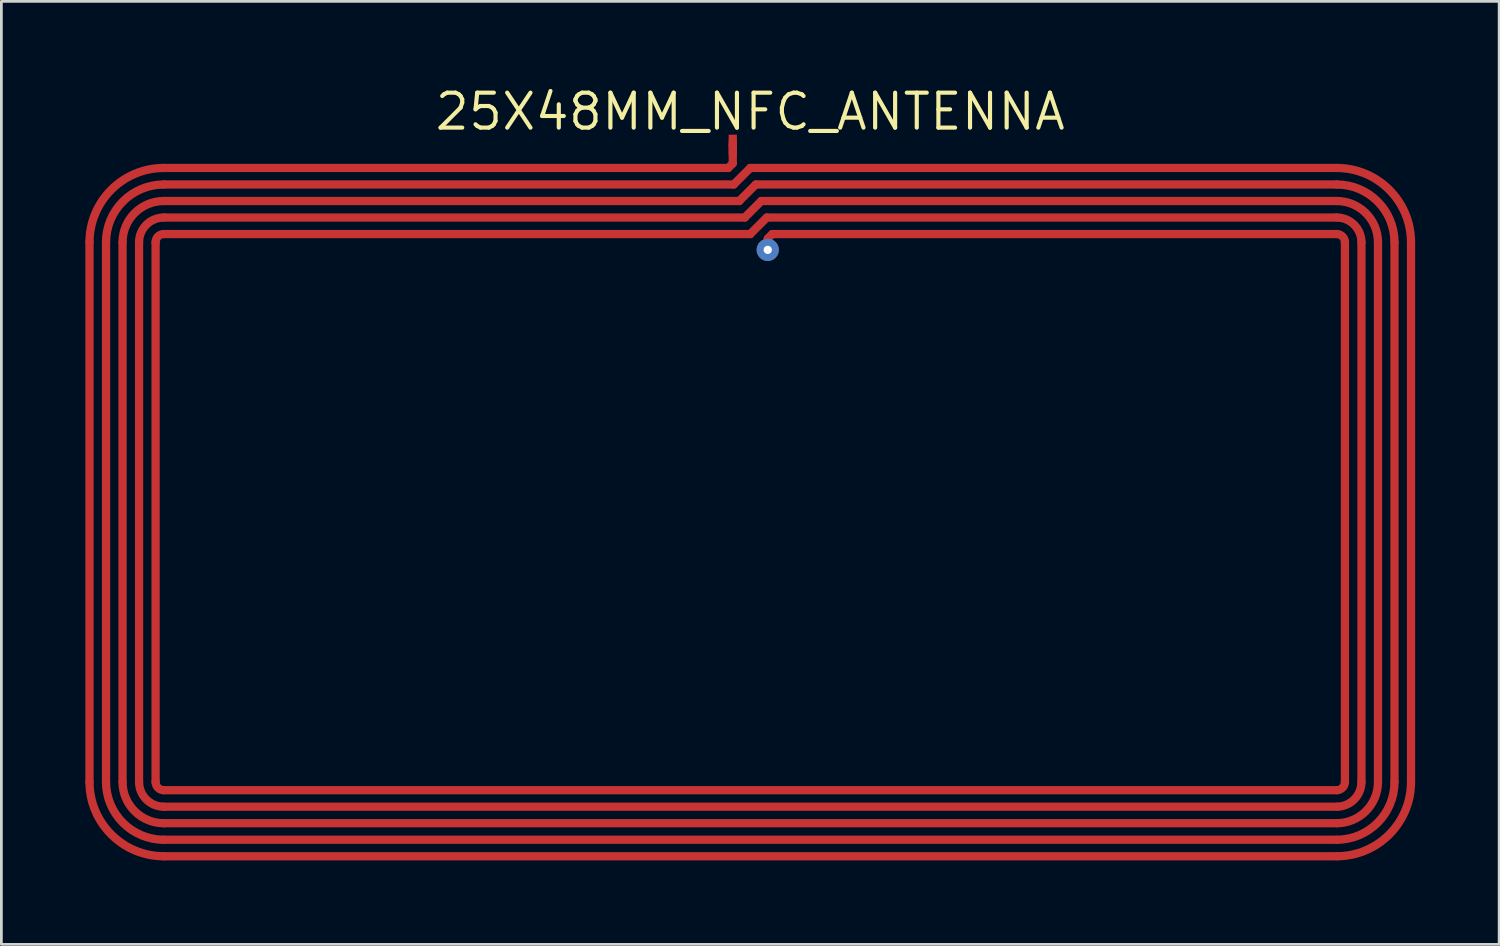
<source format=kicad_pcb>
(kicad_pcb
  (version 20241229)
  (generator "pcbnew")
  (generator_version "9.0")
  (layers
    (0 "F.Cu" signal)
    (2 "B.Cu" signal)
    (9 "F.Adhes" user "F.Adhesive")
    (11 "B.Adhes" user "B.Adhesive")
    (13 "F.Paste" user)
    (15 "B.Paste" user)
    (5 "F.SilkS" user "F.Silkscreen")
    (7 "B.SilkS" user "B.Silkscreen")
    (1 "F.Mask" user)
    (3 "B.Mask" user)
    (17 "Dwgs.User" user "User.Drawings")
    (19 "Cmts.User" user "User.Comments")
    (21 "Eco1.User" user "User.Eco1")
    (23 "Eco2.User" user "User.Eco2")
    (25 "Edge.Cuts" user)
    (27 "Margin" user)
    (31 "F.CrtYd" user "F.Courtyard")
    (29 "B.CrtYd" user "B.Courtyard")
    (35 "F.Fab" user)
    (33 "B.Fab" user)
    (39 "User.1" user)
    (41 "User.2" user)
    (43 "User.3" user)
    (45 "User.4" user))
  (footprint "25X48MM_NFC_ANTENNA"
    (layer "F.Cu")
    (at 24.201 15.551)
    (property "Reference" "25X48MM_NFC_ANTENNA" (at 0 -14.545 0) (layer "F.SilkS") (effects (font (size 1.27 1.27) (thickness 0.15))))
    (fp_line (start -24 -9.8) (end -24 9.8) (stroke (width 0.3) (type default)) (layer "F.Cu"))
    (fp_line (start -23.4 -9.8) (end -23.4 9.8) (stroke (width 0.3) (type default)) (layer "F.Cu"))
    (fp_line (start -22.8 -9.8) (end -22.8 9.8) (stroke (width 0.3) (type default)) (layer "F.Cu"))
    (fp_line (start -22.2 -9.8) (end -22.2 9.8) (stroke (width 0.3) (type default)) (layer "F.Cu"))
    (fp_line (start -21.6 -9.8) (end -21.6 9.8) (stroke (width 0.3) (type default)) (layer "F.Cu"))
    (fp_line (start -21.3 -11.9) (end -0.6 -11.9) (stroke (width 0.3) (type default)) (layer "F.Cu"))
    (fp_line (start -21.3 -11.3) (end -0.4 -11.3) (stroke (width 0.3) (type default)) (layer "F.Cu"))
    (fp_line (start -21.3 -10.7) (end -0.2 -10.7) (stroke (width 0.3) (type default)) (layer "F.Cu"))
    (fp_line (start -21.3 -10.1) (end 0 -10.1) (stroke (width 0.3) (type default)) (layer "F.Cu"))
    (fp_line (start -21.3 10.1) (end 21.3 10.1) (stroke (width 0.3) (type default)) (layer "F.Cu"))
    (fp_line (start -21.3 10.7) (end 21.3 10.7) (stroke (width 0.3) (type default)) (layer "F.Cu"))
    (fp_line (start -21.3 11.3) (end 21.3 11.3) (stroke (width 0.3) (type default)) (layer "F.Cu"))
    (fp_line (start -21.3 11.9) (end 21.3 11.9) (stroke (width 0.3) (type default)) (layer "F.Cu"))
    (fp_line (start -21.3 12.5) (end 21.3 12.5) (stroke (width 0.3) (type default)) (layer "F.Cu"))
    (fp_line (start -0.8 -12.5) (end -21.3 -12.5) (stroke (width 0.3) (type default)) (layer "F.Cu"))
    (fp_line (start -0.635 -13.462) (end -0.635 -13.335) (stroke (width 0.3) (type default)) (layer "F.Cu"))
    (fp_line (start -0.635 -13.335) (end -0.635 -12.665) (stroke (width 0.3) (type default)) (layer "F.Cu"))
    (fp_line (start -0.635 -12.665) (end -0.8 -12.5) (stroke (width 0.3) (type default)) (layer "F.Cu"))
    (fp_line (start -0.6 -11.9) (end 0 -12.5) (stroke (width 0.3) (type default)) (layer "F.Cu"))
    (fp_line (start -0.4 -11.3) (end 0.2 -11.9) (stroke (width 0.3) (type default)) (layer "F.Cu"))
    (fp_line (start -0.2 -10.7) (end 0.4 -11.3) (stroke (width 0.3) (type default)) (layer "F.Cu"))
    (fp_line (start 0 -12.5) (end 21.3 -12.5) (stroke (width 0.3) (type default)) (layer "F.Cu"))
    (fp_line (start 0 -10.1) (end 0.6 -10.7) (stroke (width 0.3) (type default)) (layer "F.Cu"))
    (fp_line (start 0.2 -11.9) (end 21.3 -11.9) (stroke (width 0.3) (type default)) (layer "F.Cu"))
    (fp_line (start 0.4 -11.3) (end 21.3 -11.3) (stroke (width 0.3) (type default)) (layer "F.Cu"))
    (fp_line (start 0.6 -10.7) (end 21.3 -10.7) (stroke (width 0.3) (type default)) (layer "F.Cu"))
    (fp_line (start 0.635 -9.935) (end 0.635 -9.525) (stroke (width 0.3) (type default)) (layer "F.Cu"))
    (fp_line (start 0.8 -10.1) (end 0.635 -9.935) (stroke (width 0.3) (type default)) (layer "F.Cu"))
    (fp_line (start 21.3 -10.1) (end 0.8 -10.1) (stroke (width 0.3) (type default)) (layer "F.Cu"))
    (fp_line (start 21.6 -9.8) (end 21.6 9.8) (stroke (width 0.3) (type default)) (layer "F.Cu"))
    (fp_line (start 22.2 -9.8) (end 22.2 9.8) (stroke (width 0.3) (type default)) (layer "F.Cu"))
    (fp_line (start 22.8 -9.8) (end 22.8 9.8) (stroke (width 0.3) (type default)) (layer "F.Cu"))
    (fp_line (start 23.4 -9.8) (end 23.4 9.8) (stroke (width 0.3) (type default)) (layer "F.Cu"))
    (fp_line (start 24 -9.8) (end 24 9.8) (stroke (width 0.3) (type default)) (layer "F.Cu"))
    (fp_arc (start -24 -9.8001) (mid -23.209159 -11.709359) (end -21.2999 -12.5001) (stroke (width 0.3) (type default)) (layer "F.Cu"))
    (fp_arc (start -23.4 -9.8001) (mid -22.784789 -11.284901) (end -21.2999 -11.8999) (stroke (width 0.3) (type default)) (layer "F.Cu"))
    (fp_arc (start -22.8001 -9.8001) (mid -22.360683 -10.860796) (end -21.2999 -11.3) (stroke (width 0.3) (type default)) (layer "F.Cu"))
    (fp_arc (start -22.1999 -9.8001) (mid -21.936296 -10.436496) (end -21.2999 -10.7) (stroke (width 0.3) (type default)) (layer "F.Cu"))
    (fp_arc (start -21.5999 -9.8001) (mid -21.512032 -10.012232) (end -21.2999 -10.1001) (stroke (width 0.3) (type default)) (layer "F.Cu"))
    (fp_arc (start -21.2999 10.1001) (mid -21.512032 10.012232) (end -21.5999 9.8001) (stroke (width 0.3) (type default)) (layer "F.Cu"))
    (fp_arc (start -21.2999 10.7) (mid -21.936225 10.436425) (end -22.1999 9.8001) (stroke (width 0.3) (type default)) (layer "F.Cu"))
    (fp_arc (start -21.2999 11.3) (mid -22.360683 10.860796) (end -22.8001 9.8001) (stroke (width 0.3) (type default)) (layer "F.Cu"))
    (fp_arc (start -21.2999 11.8999) (mid -22.784789 11.284901) (end -23.4 9.8001) (stroke (width 0.3) (type default)) (layer "F.Cu"))
    (fp_arc (start -21.2999 12.5001) (mid -23.209088 11.709288) (end -24 9.8001) (stroke (width 0.3) (type default)) (layer "F.Cu"))
    (fp_arc (start 21.2999 -12.5001) (mid 23.209088 -11.709288) (end 24 -9.8001) (stroke (width 0.3) (type default)) (layer "F.Cu"))
    (fp_arc (start 21.2999 -11.8999) (mid 22.784789 -11.284901) (end 23.4 -9.8001) (stroke (width 0.3) (type default)) (layer "F.Cu"))
    (fp_arc (start 21.2999 -11.3) (mid 22.360683 -10.860796) (end 22.8001 -9.8001) (stroke (width 0.3) (type default)) (layer "F.Cu"))
    (fp_arc (start 21.2999 -10.7) (mid 21.936225 -10.436425) (end 22.1999 -9.8001) (stroke (width 0.3) (type default)) (layer "F.Cu"))
    (fp_arc (start 21.2999 -10.1001) (mid 21.512032 -10.012232) (end 21.5999 -9.8001) (stroke (width 0.3) (type default)) (layer "F.Cu"))
    (fp_arc (start 21.5999 9.8001) (mid 21.512032 10.012232) (end 21.2999 10.1001) (stroke (width 0.3) (type default)) (layer "F.Cu"))
    (fp_arc (start 22.1999 9.8001) (mid 21.936296 10.436496) (end 21.2999 10.7) (stroke (width 0.3) (type default)) (layer "F.Cu"))
    (fp_arc (start 22.8001 9.8001) (mid 22.360683 10.860796) (end 21.2999 11.3) (stroke (width 0.3) (type default)) (layer "F.Cu"))
    (fp_arc (start 23.4 9.8001) (mid 22.784789 11.284901) (end 21.2999 11.8999) (stroke (width 0.3) (type default)) (layer "F.Cu"))
    (fp_arc (start 24 9.8001) (mid 23.209159 11.709359) (end 21.2999 12.5001) (stroke (width 0.3) (type default)) (layer "F.Cu"))
    (fp_line (start -24 -9.8) (end -24 9.8) (stroke (width 0.402) (type default)) (layer "F.Mask"))
    (fp_line (start -23.4 -9.8) (end -23.4 9.8) (stroke (width 0.402) (type default)) (layer "F.Mask"))
    (fp_line (start -22.8 -9.8) (end -22.8 9.8) (stroke (width 0.402) (type default)) (layer "F.Mask"))
    (fp_line (start -22.2 -9.8) (end -22.2 9.8) (stroke (width 0.402) (type default)) (layer "F.Mask"))
    (fp_line (start -21.6 -9.8) (end -21.6 9.8) (stroke (width 0.402) (type default)) (layer "F.Mask"))
    (fp_line (start -21.3 -11.9) (end -0.6 -11.9) (stroke (width 0.402) (type default)) (layer "F.Mask"))
    (fp_line (start -21.3 -11.3) (end -0.4 -11.3) (stroke (width 0.402) (type default)) (layer "F.Mask"))
    (fp_line (start -21.3 -10.7) (end -0.2 -10.7) (stroke (width 0.402) (type default)) (layer "F.Mask"))
    (fp_line (start -21.3 -10.1) (end 0 -10.1) (stroke (width 0.402) (type default)) (layer "F.Mask"))
    (fp_line (start -21.3 10.1) (end 21.3 10.1) (stroke (width 0.402) (type default)) (layer "F.Mask"))
    (fp_line (start -21.3 10.7) (end 21.3 10.7) (stroke (width 0.402) (type default)) (layer "F.Mask"))
    (fp_line (start -21.3 11.3) (end 21.3 11.3) (stroke (width 0.402) (type default)) (layer "F.Mask"))
    (fp_line (start -21.3 11.9) (end 21.3 11.9) (stroke (width 0.402) (type default)) (layer "F.Mask"))
    (fp_line (start -21.3 12.5) (end 21.3 12.5) (stroke (width 0.402) (type default)) (layer "F.Mask"))
    (fp_line (start -0.8 -12.5) (end -21.3 -12.5) (stroke (width 0.402) (type default)) (layer "F.Mask"))
    (fp_line (start -0.635 -13.462) (end -0.635 -13.335) (stroke (width 0.402) (type default)) (layer "F.Mask"))
    (fp_line (start -0.635 -13.335) (end -0.635 -12.665) (stroke (width 0.402) (type default)) (layer "F.Mask"))
    (fp_line (start -0.635 -12.665) (end -0.8 -12.5) (stroke (width 0.402) (type default)) (layer "F.Mask"))
    (fp_line (start -0.6 -11.9) (end 0 -12.5) (stroke (width 0.402) (type default)) (layer "F.Mask"))
    (fp_line (start -0.4 -11.3) (end 0.2 -11.9) (stroke (width 0.402) (type default)) (layer "F.Mask"))
    (fp_line (start -0.2 -10.7) (end 0.4 -11.3) (stroke (width 0.402) (type default)) (layer "F.Mask"))
    (fp_line (start 0 -12.5) (end 21.3 -12.5) (stroke (width 0.402) (type default)) (layer "F.Mask"))
    (fp_line (start 0 -10.1) (end 0.6 -10.7) (stroke (width 0.402) (type default)) (layer "F.Mask"))
    (fp_line (start 0.2 -11.9) (end 21.3 -11.9) (stroke (width 0.402) (type default)) (layer "F.Mask"))
    (fp_line (start 0.4 -11.3) (end 21.3 -11.3) (stroke (width 0.402) (type default)) (layer "F.Mask"))
    (fp_line (start 0.6 -10.7) (end 21.3 -10.7) (stroke (width 0.402) (type default)) (layer "F.Mask"))
    (fp_line (start 0.635 -9.935) (end 0.635 -9.525) (stroke (width 0.402) (type default)) (layer "F.Mask"))
    (fp_line (start 0.8 -10.1) (end 0.635 -9.935) (stroke (width 0.402) (type default)) (layer "F.Mask"))
    (fp_line (start 21.3 -10.1) (end 0.8 -10.1) (stroke (width 0.402) (type default)) (layer "F.Mask"))
    (fp_line (start 21.6 -9.8) (end 21.6 9.8) (stroke (width 0.402) (type default)) (layer "F.Mask"))
    (fp_line (start 22.2 -9.8) (end 22.2 9.8) (stroke (width 0.402) (type default)) (layer "F.Mask"))
    (fp_line (start 22.8 -9.8) (end 22.8 9.8) (stroke (width 0.402) (type default)) (layer "F.Mask"))
    (fp_line (start 23.4 -9.8) (end 23.4 9.8) (stroke (width 0.402) (type default)) (layer "F.Mask"))
    (fp_line (start 24 -9.8) (end 24 9.8) (stroke (width 0.402) (type default)) (layer "F.Mask"))
    (fp_arc (start -24 -9.8001) (mid -23.209159 -11.709359) (end -21.2999 -12.5001) (stroke (width 0.4016) (type default)) (layer "F.Mask"))
    (fp_arc (start -23.4 -9.8001) (mid -22.784789 -11.284901) (end -21.2999 -11.8999) (stroke (width 0.4016) (type default)) (layer "F.Mask"))
    (fp_arc (start -22.8001 -9.8001) (mid -22.360683 -10.860796) (end -21.2999 -11.3) (stroke (width 0.4016) (type default)) (layer "F.Mask"))
    (fp_arc (start -22.1999 -9.8001) (mid -21.936296 -10.436496) (end -21.2999 -10.7) (stroke (width 0.4016) (type default)) (layer "F.Mask"))
    (fp_arc (start -21.5999 -9.8001) (mid -21.512032 -10.012232) (end -21.2999 -10.1001) (stroke (width 0.4016) (type default)) (layer "F.Mask"))
    (fp_arc (start -21.2999 10.1001) (mid -21.512032 10.012232) (end -21.5999 9.8001) (stroke (width 0.4016) (type default)) (layer "F.Mask"))
    (fp_arc (start -21.2999 10.7) (mid -21.936225 10.436425) (end -22.1999 9.8001) (stroke (width 0.4016) (type default)) (layer "F.Mask"))
    (fp_arc (start -21.2999 11.3) (mid -22.360683 10.860796) (end -22.8001 9.8001) (stroke (width 0.4016) (type default)) (layer "F.Mask"))
    (fp_arc (start -21.2999 11.8999) (mid -22.784789 11.284901) (end -23.4 9.8001) (stroke (width 0.4016) (type default)) (layer "F.Mask"))
    (fp_arc (start -21.2999 12.5001) (mid -23.209088 11.709288) (end -24 9.8001) (stroke (width 0.4016) (type default)) (layer "F.Mask"))
    (fp_arc (start 21.2999 -12.5001) (mid 23.209088 -11.709288) (end 24 -9.8001) (stroke (width 0.4016) (type default)) (layer "F.Mask"))
    (fp_arc (start 21.2999 -11.8999) (mid 22.784789 -11.284901) (end 23.4 -9.8001) (stroke (width 0.4016) (type default)) (layer "F.Mask"))
    (fp_arc (start 21.2999 -11.3) (mid 22.360683 -10.860796) (end 22.8001 -9.8001) (stroke (width 0.4016) (type default)) (layer "F.Mask"))
    (fp_arc (start 21.2999 -10.7) (mid 21.936225 -10.436425) (end 22.1999 -9.8001) (stroke (width 0.4016) (type default)) (layer "F.Mask"))
    (fp_arc (start 21.2999 -10.1001) (mid 21.512032 -10.012232) (end 21.5999 -9.8001) (stroke (width 0.4016) (type default)) (layer "F.Mask"))
    (fp_arc (start 21.5999 9.8001) (mid 21.512032 10.012232) (end 21.2999 10.1001) (stroke (width 0.4016) (type default)) (layer "F.Mask"))
    (fp_arc (start 22.1999 9.8001) (mid 21.936296 10.436496) (end 21.2999 10.7) (stroke (width 0.4016) (type default)) (layer "F.Mask"))
    (fp_arc (start 22.8001 9.8001) (mid 22.360683 10.860796) (end 21.2999 11.3) (stroke (width 0.4016) (type default)) (layer "F.Mask"))
    (fp_arc (start 23.4 9.8001) (mid 22.784789 11.284901) (end 21.2999 11.8999) (stroke (width 0.4016) (type default)) (layer "F.Mask"))
    (fp_arc (start 24 9.8001) (mid 23.209159 11.709359) (end 21.2999 12.5001) (stroke (width 0.4016) (type default)) (layer "F.Mask"))
    (pad "P$1" smd rect (at -0.635 -13.335 90) (size 0.75 0.3) (layers "F.Cu" "F.Mask" "F.Paste"))
    (pad "P$2" thru_hole oval (at 0.635 -9.525) (size 0.808 0.808) (drill oval 0.3 0.3) (layers "*.Cu" "*.Mask")))
  (gr_rect
    (start -3 -3)
    (end 51.402 31.252)
    (stroke (width 0.1) (type default))
    (fill no)
    (layer "Edge.Cuts")))
</source>
